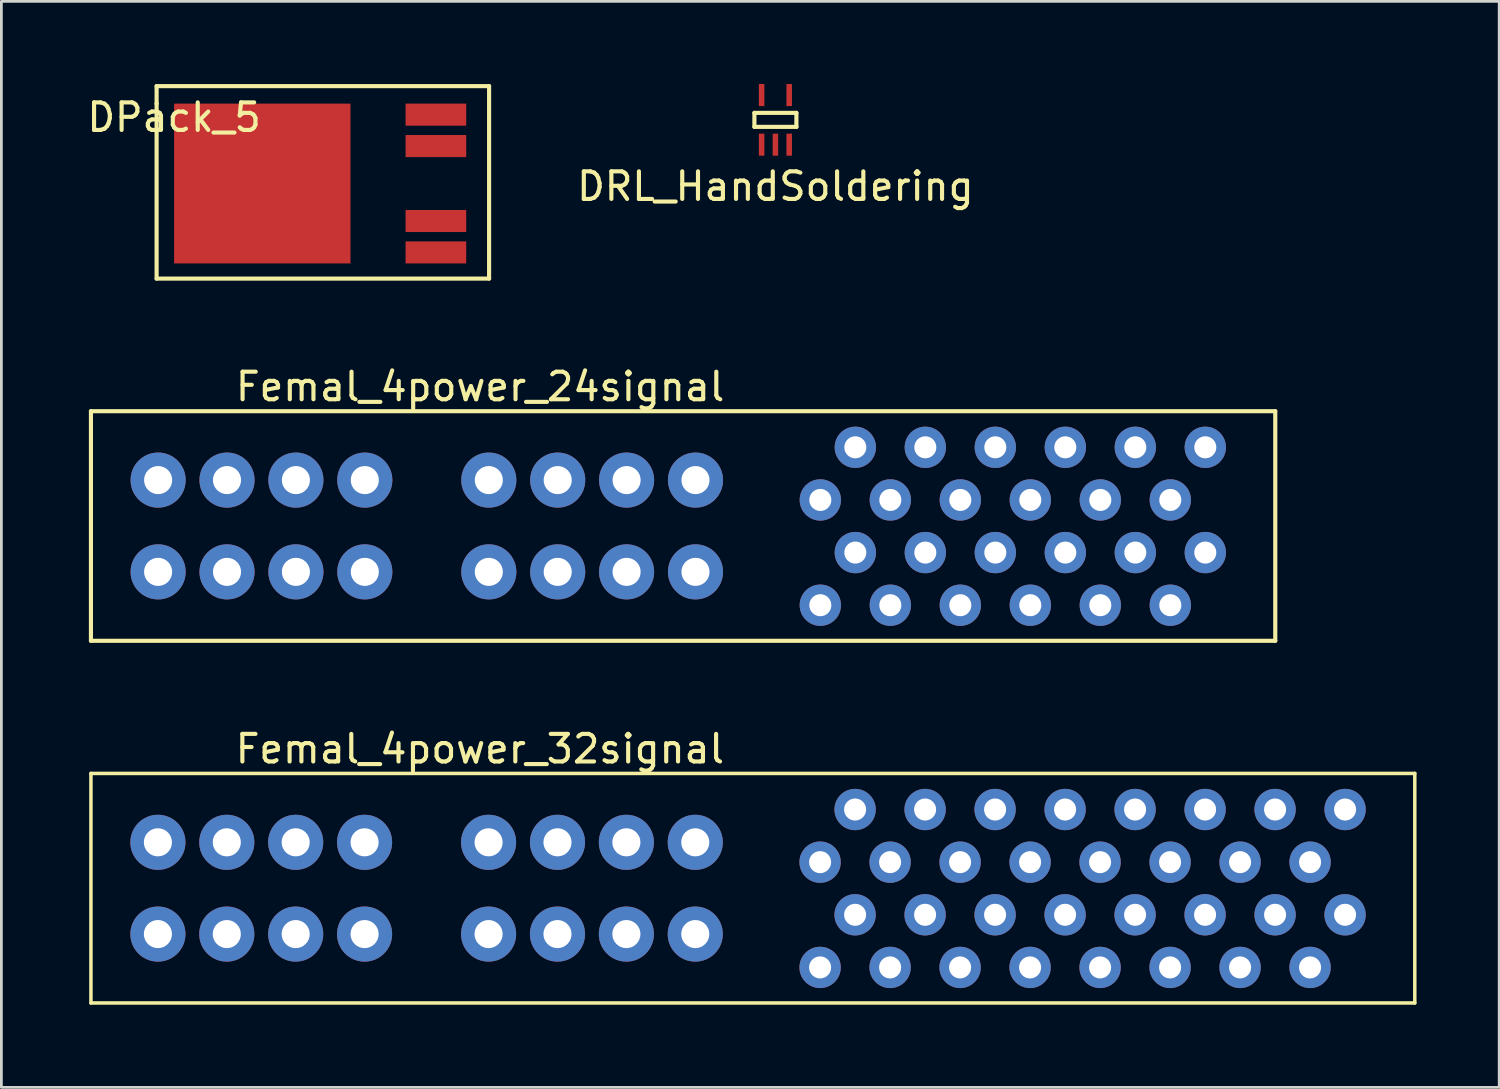
<source format=kicad_pcb>
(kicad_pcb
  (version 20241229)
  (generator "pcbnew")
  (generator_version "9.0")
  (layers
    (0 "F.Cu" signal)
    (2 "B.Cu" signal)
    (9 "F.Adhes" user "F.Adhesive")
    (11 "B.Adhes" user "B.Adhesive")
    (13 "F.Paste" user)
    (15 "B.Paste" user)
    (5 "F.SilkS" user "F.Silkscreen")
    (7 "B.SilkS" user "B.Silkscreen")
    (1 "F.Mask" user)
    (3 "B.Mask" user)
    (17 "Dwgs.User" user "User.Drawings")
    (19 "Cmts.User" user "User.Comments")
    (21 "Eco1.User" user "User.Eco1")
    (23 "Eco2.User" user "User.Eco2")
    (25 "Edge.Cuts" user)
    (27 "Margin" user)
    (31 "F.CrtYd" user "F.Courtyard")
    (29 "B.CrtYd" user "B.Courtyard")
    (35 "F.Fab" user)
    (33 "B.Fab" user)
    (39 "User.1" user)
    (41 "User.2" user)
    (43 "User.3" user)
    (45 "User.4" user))
  (footprint "DPack_5"
    (layer "F.Cu")
    (at 3.268 0.71)
    (property "Reference" "DPack_5" (at 0 0.5 0) (layer "F.SilkS") (effects (font (size 1 1) (thickness 0.15))))
    (attr through_hole)
    (fp_line (start -0.635 -0.635) (end -0.635 0) (stroke (width 0.15) (type solid)) (layer "F.SilkS"))
    (fp_line (start -0.635 0) (end -0.635 6.35) (stroke (width 0.15) (type solid)) (layer "F.SilkS"))
    (fp_line (start -0.635 6.35) (end 11.43 6.35) (stroke (width 0.15) (type solid)) (layer "F.SilkS"))
    (fp_line (start 11.43 -0.635) (end -0.635 -0.635) (stroke (width 0.15) (type solid)) (layer "F.SilkS"))
    (fp_line (start 11.43 6.35) (end 11.43 -0.635) (stroke (width 0.15) (type solid)) (layer "F.SilkS"))
    (pad "1" smd rect (at 9.5 5.4) (size 2.2 0.8) (layers "F.Cu" "F.Mask" "F.Paste"))
    (pad "2" smd rect (at 9.5 4.26) (size 2.2 0.8) (layers "F.Cu" "F.Mask" "F.Paste"))
    (pad "3" smd rect (at 3.2 2.9) (size 6.4 5.8) (layers "F.Cu" "F.Mask" "F.Paste"))
    (pad "4" smd rect (at 9.5 1.54) (size 2.2 0.8) (layers "F.Cu" "F.Mask" "F.Paste"))
    (pad "5" smd rect (at 9.5 0.4) (size 2.2 0.8) (layers "F.Cu" "F.Mask" "F.Paste")))
  (footprint "Femal_4power_32signal"
    (layer "F.Cu")
    (at 0.25 25.016)
    (property "Reference" "Femal_4power_32signal" (at 14.114 -0.889 0) (layer "F.SilkS") (effects (font (size 1 1) (thickness 0.15))))
    (attr through_hole)
    (fp_line (start 0 0) (end 0 8.33) (stroke (width 0.127) (type solid)) (layer "F.SilkS"))
    (fp_line (start 0 0) (end 48.04 0) (stroke (width 0.127) (type solid)) (layer "F.SilkS"))
    (fp_line (start 0 8.33) (end 48.04 8.33) (stroke (width 0.127) (type solid)) (layer "F.SilkS"))
    (fp_line (start 48.04 0) (end 48.04 8.33) (stroke (width 0.127) (type solid)) (layer "F.SilkS"))
    (pad "1" thru_hole circle (at 45.51 1.31) (size 1.5 1.5) (drill 0.8) (layers "*.Cu" "*.Mask"))
    (pad "2" thru_hole circle (at 44.24 3.22) (size 1.5 1.5) (drill 0.8) (layers "*.Cu" "*.Mask"))
    (pad "3" thru_hole circle (at 42.97 1.31) (size 1.5 1.5) (drill 0.8) (layers "*.Cu" "*.Mask"))
    (pad "4" thru_hole circle (at 41.7 3.22) (size 1.5 1.5) (drill 0.8) (layers "*.Cu" "*.Mask"))
    (pad "5" thru_hole circle (at 40.43 1.31) (size 1.5 1.5) (drill 0.8) (layers "*.Cu" "*.Mask"))
    (pad "6" thru_hole circle (at 39.16 3.22) (size 1.5 1.5) (drill 0.8) (layers "*.Cu" "*.Mask"))
    (pad "7" thru_hole circle (at 37.89 1.31) (size 1.5 1.5) (drill 0.8) (layers "*.Cu" "*.Mask"))
    (pad "8" thru_hole circle (at 36.62 3.22) (size 1.5 1.5) (drill 0.8) (layers "*.Cu" "*.Mask"))
    (pad "9" thru_hole circle (at 35.35 1.31) (size 1.5 1.5) (drill 0.8) (layers "*.Cu" "*.Mask"))
    (pad "10" thru_hole circle (at 34.08 3.22) (size 1.5 1.5) (drill 0.8) (layers "*.Cu" "*.Mask"))
    (pad "11" thru_hole circle (at 32.81 1.31) (size 1.5 1.5) (drill 0.8) (layers "*.Cu" "*.Mask"))
    (pad "12" thru_hole circle (at 31.54 3.22) (size 1.5 1.5) (drill 0.8) (layers "*.Cu" "*.Mask"))
    (pad "13" thru_hole circle (at 30.27 1.31) (size 1.5 1.5) (drill 0.8) (layers "*.Cu" "*.Mask"))
    (pad "14" thru_hole circle (at 29 3.22) (size 1.5 1.5) (drill 0.8) (layers "*.Cu" "*.Mask"))
    (pad "15" thru_hole circle (at 27.73 1.31) (size 1.5 1.5) (drill 0.8) (layers "*.Cu" "*.Mask"))
    (pad "16" thru_hole circle (at 26.46 3.22) (size 1.5 1.5) (drill 0.8) (layers "*.Cu" "*.Mask"))
    (pad "17" thru_hole circle (at 45.51 5.13) (size 1.5 1.5) (drill 0.8) (layers "*.Cu" "*.Mask"))
    (pad "18" thru_hole circle (at 44.24 7.04) (size 1.5 1.5) (drill 0.8) (layers "*.Cu" "*.Mask"))
    (pad "19" thru_hole circle (at 42.97 5.13) (size 1.5 1.5) (drill 0.8) (layers "*.Cu" "*.Mask"))
    (pad "20" thru_hole circle (at 41.7 7.04) (size 1.5 1.5) (drill 0.8) (layers "*.Cu" "*.Mask"))
    (pad "21" thru_hole circle (at 40.43 5.13) (size 1.5 1.5) (drill 0.8) (layers "*.Cu" "*.Mask"))
    (pad "22" thru_hole circle (at 39.16 7.04) (size 1.5 1.5) (drill 0.8) (layers "*.Cu" "*.Mask"))
    (pad "23" thru_hole circle (at 37.89 5.13) (size 1.5 1.5) (drill 0.8) (layers "*.Cu" "*.Mask"))
    (pad "24" thru_hole circle (at 36.62 7.04) (size 1.5 1.5) (drill 0.8) (layers "*.Cu" "*.Mask"))
    (pad "25" thru_hole circle (at 35.35 5.13) (size 1.5 1.5) (drill 0.8) (layers "*.Cu" "*.Mask"))
    (pad "26" thru_hole circle (at 34.08 7.04) (size 1.5 1.5) (drill 0.8) (layers "*.Cu" "*.Mask"))
    (pad "27" thru_hole circle (at 32.81 5.13) (size 1.5 1.5) (drill 0.8) (layers "*.Cu" "*.Mask"))
    (pad "28" thru_hole circle (at 31.54 7.04) (size 1.5 1.5) (drill 0.8) (layers "*.Cu" "*.Mask"))
    (pad "29" thru_hole circle (at 30.27 5.13) (size 1.5 1.5) (drill 0.8) (layers "*.Cu" "*.Mask"))
    (pad "30" thru_hole circle (at 29 7.04) (size 1.5 1.5) (drill 0.8) (layers "*.Cu" "*.Mask"))
    (pad "31" thru_hole circle (at 27.73 5.13) (size 1.5 1.5) (drill 0.8) (layers "*.Cu" "*.Mask"))
    (pad "32" thru_hole circle (at 26.46 7.04) (size 1.5 1.5) (drill 0.8) (layers "*.Cu" "*.Mask"))
    (pad "33" thru_hole circle (at 14.43 2.5) (size 2 2) (drill 1.02) (layers "*.Cu" "*.Mask"))
    (pad "33" thru_hole circle (at 16.93 2.5) (size 2 2) (drill 1.02) (layers "*.Cu" "*.Mask"))
    (pad "33" thru_hole circle (at 19.43 2.5) (size 2 2) (drill 1.02) (layers "*.Cu" "*.Mask"))
    (pad "33" thru_hole circle (at 21.93 2.5) (size 2 2) (drill 1.02) (layers "*.Cu" "*.Mask"))
    (pad "34" thru_hole circle (at 2.43 2.5) (size 2 2) (drill 1.02) (layers "*.Cu" "*.Mask"))
    (pad "34" thru_hole circle (at 4.93 2.5) (size 2 2) (drill 1.02) (layers "*.Cu" "*.Mask"))
    (pad "34" thru_hole circle (at 7.43 2.5) (size 2 2) (drill 1.02) (layers "*.Cu" "*.Mask"))
    (pad "34" thru_hole circle (at 9.93 2.5) (size 2 2) (drill 1.02) (layers "*.Cu" "*.Mask"))
    (pad "35" thru_hole circle (at 14.43 5.83) (size 2 2) (drill 1.02) (layers "*.Cu" "*.Mask"))
    (pad "35" thru_hole circle (at 16.93 5.83) (size 2 2) (drill 1.02) (layers "*.Cu" "*.Mask"))
    (pad "35" thru_hole circle (at 19.43 5.83) (size 2 2) (drill 1.02) (layers "*.Cu" "*.Mask"))
    (pad "35" thru_hole circle (at 21.93 5.83) (size 2 2) (drill 1.02) (layers "*.Cu" "*.Mask"))
    (pad "36" thru_hole circle (at 2.43 5.83) (size 2 2) (drill 1.02) (layers "*.Cu" "*.Mask"))
    (pad "36" thru_hole circle (at 4.93 5.83) (size 2 2) (drill 1.02) (layers "*.Cu" "*.Mask"))
    (pad "36" thru_hole circle (at 7.43 5.83) (size 2 2) (drill 1.02) (layers "*.Cu" "*.Mask"))
    (pad "36" thru_hole circle (at 9.93 5.83) (size 2 2) (drill 1.02) (layers "*.Cu" "*.Mask")))
  (footprint "DRL_HandSoldering"
    (layer "F.Cu")
    (at 25.088 1.3)
    (property "Reference" "DRL_HandSoldering" (at 0 2.413 0) (layer "F.SilkS") (effects (font (size 1 1) (thickness 0.15))))
    (attr through_hole)
    (fp_line (start -0.762 -0.254) (end 0.762 -0.254) (stroke (width 0.15) (type solid)) (layer "F.SilkS"))
    (fp_line (start -0.762 0.254) (end -0.762 -0.254) (stroke (width 0.15) (type solid)) (layer "F.SilkS"))
    (fp_line (start 0.762 -0.254) (end 0.762 0.254) (stroke (width 0.15) (type solid)) (layer "F.SilkS"))
    (fp_line (start 0.762 0.254) (end -0.762 0.254) (stroke (width 0.15) (type solid)) (layer "F.SilkS"))
    (pad "1" smd rect (at -0.5 0.9) (size 0.2 0.8) (layers "F.Cu" "F.Mask" "F.Paste"))
    (pad "2" smd rect (at 0 0.9) (size 0.2 0.8) (layers "F.Cu" "F.Mask" "F.Paste"))
    (pad "3" smd rect (at 0.5 0.9) (size 0.2 0.8) (layers "F.Cu" "F.Mask" "F.Paste"))
    (pad "4" smd rect (at 0.5 -0.9) (size 0.2 0.8) (layers "F.Cu" "F.Mask" "F.Paste"))
    (pad "5" smd rect (at -0.5 -0.9) (size 0.2 0.8) (layers "F.Cu" "F.Mask" "F.Paste")))
  (footprint "Femal_4power_24signal"
    (layer "F.Cu")
    (at 0.25 11.872)
    (property "Reference" "Femal_4power_24signal" (at 14.122 -0.889 0) (layer "F.SilkS") (effects (font (size 1 1) (thickness 0.15))))
    (attr through_hole)
    (fp_line (start 0 0) (end 0 8.331) (stroke (width 0.15) (type solid)) (layer "F.SilkS"))
    (fp_line (start 42.977 0) (end 0 0) (stroke (width 0.15) (type solid)) (layer "F.SilkS"))
    (fp_line (start 42.977 0) (end 42.977 8.331) (stroke (width 0.15) (type solid)) (layer "F.SilkS"))
    (fp_line (start 42.977 8.331) (end 0 8.331) (stroke (width 0.15) (type solid)) (layer "F.SilkS"))
    (pad "1" thru_hole circle (at 40.438 1.31) (size 1.5 1.5) (drill 0.8) (layers "*.Cu" "*.Mask"))
    (pad "2" thru_hole circle (at 39.168 3.22) (size 1.5 1.5) (drill 0.8) (layers "*.Cu" "*.Mask"))
    (pad "3" thru_hole circle (at 37.898 1.31) (size 1.5 1.5) (drill 0.8) (layers "*.Cu" "*.Mask"))
    (pad "4" thru_hole circle (at 36.628 3.22) (size 1.5 1.5) (drill 0.8) (layers "*.Cu" "*.Mask"))
    (pad "5" thru_hole circle (at 35.358 1.31) (size 1.5 1.5) (drill 0.8) (layers "*.Cu" "*.Mask"))
    (pad "6" thru_hole circle (at 34.088 3.22) (size 1.5 1.5) (drill 0.8) (layers "*.Cu" "*.Mask"))
    (pad "7" thru_hole circle (at 32.818 1.31) (size 1.5 1.5) (drill 0.8) (layers "*.Cu" "*.Mask"))
    (pad "8" thru_hole circle (at 31.548 3.22) (size 1.5 1.5) (drill 0.8) (layers "*.Cu" "*.Mask"))
    (pad "9" thru_hole circle (at 30.278 1.31) (size 1.5 1.5) (drill 0.8) (layers "*.Cu" "*.Mask"))
    (pad "10" thru_hole circle (at 29.008 3.22) (size 1.5 1.5) (drill 0.8) (layers "*.Cu" "*.Mask"))
    (pad "11" thru_hole circle (at 27.738 1.31) (size 1.5 1.5) (drill 0.8) (layers "*.Cu" "*.Mask"))
    (pad "12" thru_hole circle (at 26.468 3.22) (size 1.5 1.5) (drill 0.8) (layers "*.Cu" "*.Mask"))
    (pad "13" thru_hole circle (at 40.438 5.13) (size 1.5 1.5) (drill 0.8) (layers "*.Cu" "*.Mask"))
    (pad "14" thru_hole circle (at 39.168 7.04) (size 1.5 1.5) (drill 0.8) (layers "*.Cu" "*.Mask"))
    (pad "15" thru_hole circle (at 37.898 5.13) (size 1.5 1.5) (drill 0.8) (layers "*.Cu" "*.Mask"))
    (pad "16" thru_hole circle (at 36.628 7.04) (size 1.5 1.5) (drill 0.8) (layers "*.Cu" "*.Mask"))
    (pad "17" thru_hole circle (at 35.358 5.13) (size 1.5 1.5) (drill 0.8) (layers "*.Cu" "*.Mask"))
    (pad "18" thru_hole circle (at 34.088 7.04) (size 1.5 1.5) (drill 0.8) (layers "*.Cu" "*.Mask"))
    (pad "19" thru_hole circle (at 32.818 5.13) (size 1.5 1.5) (drill 0.8) (layers "*.Cu" "*.Mask"))
    (pad "20" thru_hole circle (at 31.548 7.04) (size 1.5 1.5) (drill 0.8) (layers "*.Cu" "*.Mask"))
    (pad "21" thru_hole circle (at 30.278 5.13) (size 1.5 1.5) (drill 0.8) (layers "*.Cu" "*.Mask"))
    (pad "22" thru_hole circle (at 29.008 7.04) (size 1.5 1.5) (drill 0.8) (layers "*.Cu" "*.Mask"))
    (pad "23" thru_hole circle (at 27.738 5.13) (size 1.5 1.5) (drill 0.8) (layers "*.Cu" "*.Mask"))
    (pad "24" thru_hole circle (at 26.468 7.04) (size 1.5 1.5) (drill 0.8) (layers "*.Cu" "*.Mask"))
    (pad "25" thru_hole circle (at 14.438 2.5) (size 2 2) (drill 1.02) (layers "*.Cu" "*.Mask"))
    (pad "25" thru_hole circle (at 16.938 2.5) (size 2 2) (drill 1.02) (layers "*.Cu" "*.Mask"))
    (pad "25" thru_hole circle (at 19.438 2.5) (size 2 2) (drill 1.02) (layers "*.Cu" "*.Mask"))
    (pad "25" thru_hole circle (at 21.938 2.5) (size 2 2) (drill 1.02) (layers "*.Cu" "*.Mask"))
    (pad "26" thru_hole circle (at 2.438 2.5) (size 2 2) (drill 1.02) (layers "*.Cu" "*.Mask"))
    (pad "26" thru_hole circle (at 4.938 2.5) (size 2 2) (drill 1.02) (layers "*.Cu" "*.Mask"))
    (pad "26" thru_hole circle (at 7.438 2.5) (size 2 2) (drill 1.02) (layers "*.Cu" "*.Mask"))
    (pad "26" thru_hole circle (at 9.938 2.5) (size 2 2) (drill 1.02) (layers "*.Cu" "*.Mask"))
    (pad "27" thru_hole circle (at 14.438 5.83) (size 2 2) (drill 1.02) (layers "*.Cu" "*.Mask"))
    (pad "27" thru_hole circle (at 16.938 5.83) (size 2 2) (drill 1.02) (layers "*.Cu" "*.Mask"))
    (pad "27" thru_hole circle (at 19.438 5.83) (size 2 2) (drill 1.02) (layers "*.Cu" "*.Mask"))
    (pad "27" thru_hole circle (at 21.938 5.83) (size 2 2) (drill 1.02) (layers "*.Cu" "*.Mask"))
    (pad "28" thru_hole circle (at 2.438 5.83) (size 2 2) (drill 1.02) (layers "*.Cu" "*.Mask"))
    (pad "28" thru_hole circle (at 4.938 5.83) (size 2 2) (drill 1.02) (layers "*.Cu" "*.Mask"))
    (pad "28" thru_hole circle (at 7.438 5.83) (size 2 2) (drill 1.02) (layers "*.Cu" "*.Mask"))
    (pad "28" thru_hole circle (at 9.938 5.83) (size 2 2) (drill 1.02) (layers "*.Cu" "*.Mask")))
  (gr_rect
    (start -3 -3)
    (end 51.353 36.409)
    (stroke (width 0.1) (type default))
    (fill no)
    (layer "Edge.Cuts")))
</source>
